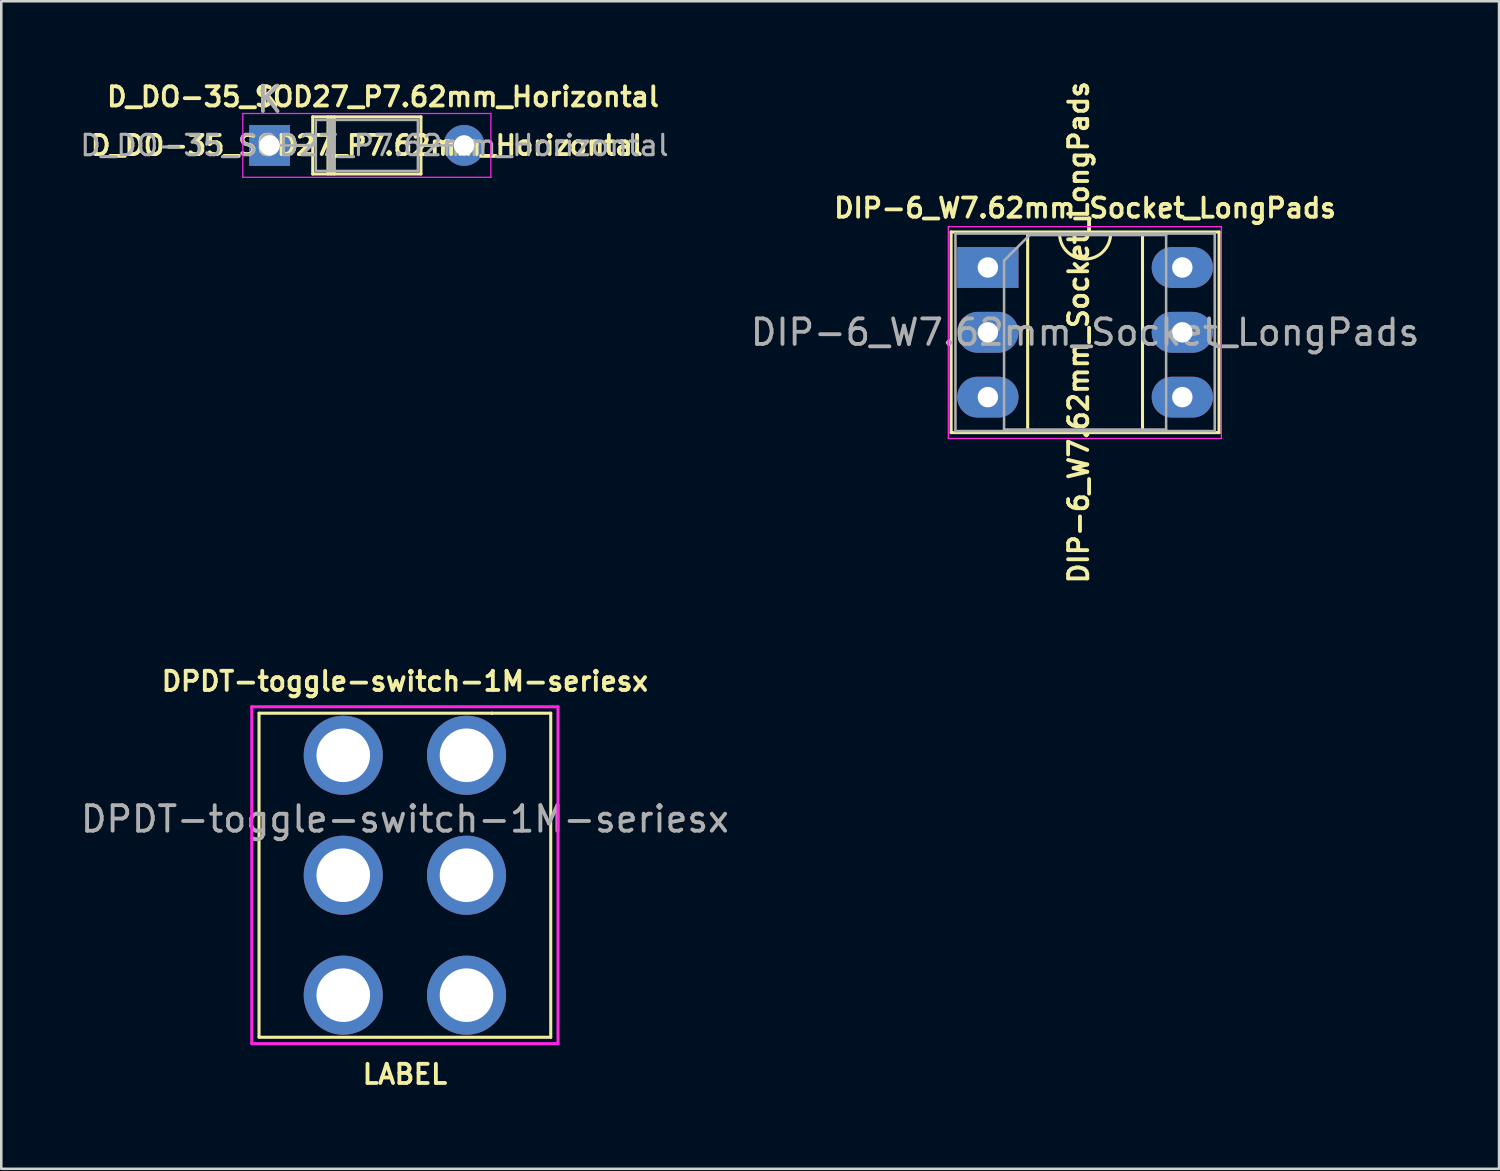
<source format=kicad_pcb>
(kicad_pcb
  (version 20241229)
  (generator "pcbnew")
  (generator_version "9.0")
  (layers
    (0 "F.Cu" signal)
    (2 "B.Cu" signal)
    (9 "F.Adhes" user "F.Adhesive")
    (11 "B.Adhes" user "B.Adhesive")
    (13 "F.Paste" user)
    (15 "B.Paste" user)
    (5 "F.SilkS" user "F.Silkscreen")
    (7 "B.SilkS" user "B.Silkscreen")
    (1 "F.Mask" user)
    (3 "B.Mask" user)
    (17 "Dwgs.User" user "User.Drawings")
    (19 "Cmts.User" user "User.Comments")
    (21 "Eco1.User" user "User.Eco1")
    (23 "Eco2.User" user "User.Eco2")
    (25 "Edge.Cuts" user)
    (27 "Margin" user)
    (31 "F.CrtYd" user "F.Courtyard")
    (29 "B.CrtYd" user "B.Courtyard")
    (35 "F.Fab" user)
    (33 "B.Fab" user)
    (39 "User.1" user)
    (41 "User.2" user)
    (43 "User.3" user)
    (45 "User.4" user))
  (footprint "DPDT-toggle-switch-1M-seriesx"
    (layer "F.Cu")
    (at 12.815 31.245)
    (property "Reference" "DPDT-toggle-switch-1M-seriesx" (at 0 -7.6 0) (layer "F.SilkS") (effects (font (size 0.75 0.75) (thickness 0.15))))
    (attr through_hole)
    (fp_line (start -5.715 -6.35) (end 5.715 -6.35) (stroke (width 0.12) (type solid)) (layer "F.SilkS"))
    (fp_line (start -5.715 6.34) (end -5.715 -6.35) (stroke (width 0.12) (type solid)) (layer "F.SilkS"))
    (fp_line (start 3.42 -6.35) (end 3.42 -6.34) (stroke (width 0.12) (type solid)) (layer "F.SilkS"))
    (fp_line (start 5.715 -6.35) (end 5.715 6.35) (stroke (width 0.12) (type solid)) (layer "F.SilkS"))
    (fp_line (start 5.715 6.35) (end -5.715 6.35) (stroke (width 0.12) (type solid)) (layer "F.SilkS"))
    (fp_line (start -6 -6.6) (end 6 -6.6) (stroke (width 0.12) (type solid)) (layer "F.CrtYd"))
    (fp_line (start -6 6.6) (end -6 -6.6) (stroke (width 0.12) (type solid)) (layer "F.CrtYd"))
    (fp_line (start 6 -6.6) (end 6 6.6) (stroke (width 0.12) (type solid)) (layer "F.CrtYd"))
    (fp_line (start 6 6.6) (end -6 6.6) (stroke (width 0.12) (type solid)) (layer "F.CrtYd"))
    (fp_text user "LABEL" (at 0 7.8 0) (layer "F.SilkS") (effects (font (size 0.75 0.75) (thickness 0.15))))
    (fp_text user "${REFERENCE}" (at 0 -2.2 0) (layer "F.Fab") (effects (font (size 1 1) (thickness 0.15))))
    (pad "1" thru_hole circle (at 2.415 4.7) (size 3.1 3.1) (drill 2.1) (layers "*.Cu" "*.Mask"))
    (pad "2" thru_hole circle (at 2.415 0) (size 3.1 3.1) (drill 2.1) (layers "*.Cu" "*.Mask"))
    (pad "3" thru_hole circle (at 2.415 -4.7) (size 3.1 3.1) (drill 2.1) (layers "*.Cu" "*.Mask"))
    (pad "4" thru_hole circle (at -2.415 4.7) (size 3.1 3.1) (drill 2.1) (layers "*.Cu" "*.Mask"))
    (pad "5" thru_hole circle (at -2.415 0) (size 3.1 3.1) (drill 2.1) (layers "*.Cu" "*.Mask"))
    (pad "6" thru_hole circle (at -2.415 -4.7) (size 3.1 3.1) (drill 2.1) (layers "*.Cu" "*.Mask")))
  (footprint "DIP-6_W7.62mm_Socket_LongPads"
    (layer "F.Cu")
    (at 35.658 7.431)
    (property "Reference" "DIP-6_W7.62mm_Socket_LongPads" (at 3.81 -2.33 0) (layer "F.SilkS") (effects (font (size 0.75 0.75) (thickness 0.15))))
    (property "Value" "DIP-6_W7.62mm_Socket_LongPads" (at 3.81 7.41 0) (layer "F.Fab") (hide yes) (effects (font (size 1 1) (thickness 0.15))))
    (attr through_hole)
    (fp_line (start -1.44 -1.39) (end -1.44 6.47) (stroke (width 0.12) (type solid)) (layer "F.SilkS"))
    (fp_line (start -1.44 6.47) (end 9.06 6.47) (stroke (width 0.12) (type solid)) (layer "F.SilkS"))
    (fp_line (start 1.56 -1.33) (end 1.56 6.41) (stroke (width 0.12) (type solid)) (layer "F.SilkS"))
    (fp_line (start 1.56 6.41) (end 6.06 6.41) (stroke (width 0.12) (type solid)) (layer "F.SilkS"))
    (fp_line (start 2.81 -1.33) (end 1.56 -1.33) (stroke (width 0.12) (type solid)) (layer "F.SilkS"))
    (fp_line (start 6.06 -1.33) (end 4.81 -1.33) (stroke (width 0.12) (type solid)) (layer "F.SilkS"))
    (fp_line (start 6.06 6.41) (end 6.06 -1.33) (stroke (width 0.12) (type solid)) (layer "F.SilkS"))
    (fp_line (start 9.06 -1.39) (end -1.44 -1.39) (stroke (width 0.12) (type solid)) (layer "F.SilkS"))
    (fp_line (start 9.06 6.47) (end 9.06 -1.39) (stroke (width 0.12) (type solid)) (layer "F.SilkS"))
    (fp_arc (start 4.81 -1.33) (mid 3.81 -0.33) (end 2.81 -1.33) (stroke (width 0.12) (type solid)) (layer "F.SilkS"))
    (fp_line (start -1.55 -1.6) (end -1.55 6.7) (stroke (width 0.05) (type solid)) (layer "F.CrtYd"))
    (fp_line (start -1.55 6.7) (end 9.15 6.7) (stroke (width 0.05) (type solid)) (layer "F.CrtYd"))
    (fp_line (start 9.15 -1.6) (end -1.55 -1.6) (stroke (width 0.05) (type solid)) (layer "F.CrtYd"))
    (fp_line (start 9.15 6.7) (end 9.15 -1.6) (stroke (width 0.05) (type solid)) (layer "F.CrtYd"))
    (fp_line (start -1.27 -1.33) (end -1.27 6.41) (stroke (width 0.1) (type solid)) (layer "F.Fab"))
    (fp_line (start -1.27 6.41) (end 8.89 6.41) (stroke (width 0.1) (type solid)) (layer "F.Fab"))
    (fp_line (start 0.635 -0.27) (end 1.635 -1.27) (stroke (width 0.1) (type solid)) (layer "F.Fab"))
    (fp_line (start 0.635 6.35) (end 0.635 -0.27) (stroke (width 0.1) (type solid)) (layer "F.Fab"))
    (fp_line (start 1.635 -1.27) (end 6.985 -1.27) (stroke (width 0.1) (type solid)) (layer "F.Fab"))
    (fp_line (start 6.985 -1.27) (end 6.985 6.35) (stroke (width 0.1) (type solid)) (layer "F.Fab"))
    (fp_line (start 6.985 6.35) (end 0.635 6.35) (stroke (width 0.1) (type solid)) (layer "F.Fab"))
    (fp_line (start 8.89 -1.33) (end -1.27 -1.33) (stroke (width 0.1) (type solid)) (layer "F.Fab"))
    (fp_line (start 8.89 6.41) (end 8.89 -1.33) (stroke (width 0.1) (type solid)) (layer "F.Fab"))
    (fp_text user "${VALUE}" (at 3.556 2.54 90) (layer "F.SilkS") (effects (font (size 0.75 0.75) (thickness 0.15))))
    (fp_text user "${REFERENCE}" (at 3.81 2.54 0) (layer "F.Fab") (effects (font (size 1 1) (thickness 0.15))))
    (pad "1" thru_hole rect (at 0 0) (size 2.4 1.6) (drill 0.8) (layers "*.Cu" "*.Mask"))
    (pad "2" thru_hole oval (at 0 2.54) (size 2.4 1.6) (drill 0.8) (layers "*.Cu" "*.Mask"))
    (pad "3" thru_hole oval (at 0 5.08) (size 2.4 1.6) (drill 0.8) (layers "*.Cu" "*.Mask"))
    (pad "4" thru_hole oval (at 7.62 5.08) (size 2.4 1.6) (drill 0.8) (layers "*.Cu" "*.Mask"))
    (pad "5" thru_hole oval (at 7.62 2.54) (size 2.4 1.6) (drill 0.8) (layers "*.Cu" "*.Mask"))
    (pad "6" thru_hole oval (at 7.62 0) (size 2.4 1.6) (drill 0.8) (layers "*.Cu" "*.Mask")))
  (footprint "D_DO-35_SOD27_P7.62mm_Horizontal"
    (layer "F.Cu")
    (at 7.514 2.648)
    (property "Reference" "D_DO-35_SOD27_P7.62mm_Horizontal" (at 4.445 -1.905 0) (layer "F.SilkS") (effects (font (size 0.75 0.75) (thickness 0.15))))
    (property "Value" "D_DO-35_SOD27_P7.62mm_Horizontal" (at 3.81 2.12 0) (layer "F.Fab") (hide yes) (effects (font (size 1 1) (thickness 0.15))))
    (attr through_hole)
    (fp_line (start 1.04 0) (end 1.69 0) (stroke (width 0.12) (type solid)) (layer "F.SilkS"))
    (fp_line (start 1.69 -1.12) (end 1.69 1.12) (stroke (width 0.12) (type solid)) (layer "F.SilkS"))
    (fp_line (start 1.69 1.12) (end 5.93 1.12) (stroke (width 0.12) (type solid)) (layer "F.SilkS"))
    (fp_line (start 2.29 -1.12) (end 2.29 1.12) (stroke (width 0.12) (type solid)) (layer "F.SilkS"))
    (fp_line (start 2.41 -1.12) (end 2.41 1.12) (stroke (width 0.12) (type solid)) (layer "F.SilkS"))
    (fp_line (start 2.53 -1.12) (end 2.53 1.12) (stroke (width 0.12) (type solid)) (layer "F.SilkS"))
    (fp_line (start 5.93 -1.12) (end 1.69 -1.12) (stroke (width 0.12) (type solid)) (layer "F.SilkS"))
    (fp_line (start 5.93 1.12) (end 5.93 -1.12) (stroke (width 0.12) (type solid)) (layer "F.SilkS"))
    (fp_line (start 6.58 0) (end 5.93 0) (stroke (width 0.12) (type solid)) (layer "F.SilkS"))
    (fp_line (start -1.05 -1.25) (end -1.05 1.25) (stroke (width 0.05) (type solid)) (layer "F.CrtYd"))
    (fp_line (start -1.05 1.25) (end 8.67 1.25) (stroke (width 0.05) (type solid)) (layer "F.CrtYd"))
    (fp_line (start 8.67 -1.25) (end -1.05 -1.25) (stroke (width 0.05) (type solid)) (layer "F.CrtYd"))
    (fp_line (start 8.67 1.25) (end 8.67 -1.25) (stroke (width 0.05) (type solid)) (layer "F.CrtYd"))
    (fp_line (start 0 0) (end 1.81 0) (stroke (width 0.1) (type solid)) (layer "F.Fab"))
    (fp_line (start 1.81 -1) (end 1.81 1) (stroke (width 0.1) (type solid)) (layer "F.Fab"))
    (fp_line (start 1.81 1) (end 5.81 1) (stroke (width 0.1) (type solid)) (layer "F.Fab"))
    (fp_line (start 2.31 -1) (end 2.31 1) (stroke (width 0.1) (type solid)) (layer "F.Fab"))
    (fp_line (start 2.41 -1) (end 2.41 1) (stroke (width 0.1) (type solid)) (layer "F.Fab"))
    (fp_line (start 2.51 -1) (end 2.51 1) (stroke (width 0.1) (type solid)) (layer "F.Fab"))
    (fp_line (start 5.81 -1) (end 1.81 -1) (stroke (width 0.1) (type solid)) (layer "F.Fab"))
    (fp_line (start 5.81 1) (end 5.81 -1) (stroke (width 0.1) (type solid)) (layer "F.Fab"))
    (fp_line (start 7.62 0) (end 5.81 0) (stroke (width 0.1) (type solid)) (layer "F.Fab"))
    (fp_text user "K" (at 0 -1.905 0) (layer "F.SilkS") (effects (font (size 0.75 0.75) (thickness 0.15))))
    (fp_text user "${VALUE}" (at 3.81 0 0) (layer "F.SilkS") (effects (font (size 0.75 0.75) (thickness 0.15))))
    (fp_text user "K" (at 0 -1.8 0) (layer "F.Fab") (effects (font (size 1 1) (thickness 0.15))))
    (fp_text user "${REFERENCE}" (at 4.11 0 0) (layer "F.Fab") (effects (font (size 0.8 0.8) (thickness 0.12))))
    (pad "1" thru_hole rect (at 0 0) (size 1.6 1.6) (drill 0.8) (layers "*.Cu" "*.Mask"))
    (pad "2" thru_hole oval (at 7.62 0) (size 1.6 1.6) (drill 0.8) (layers "*.Cu" "*.Mask")))
  (gr_rect
    (start -3 -3)
    (end 55.688 42.747)
    (stroke (width 0.1) (type default))
    (fill no)
    (layer "Edge.Cuts")))
</source>
